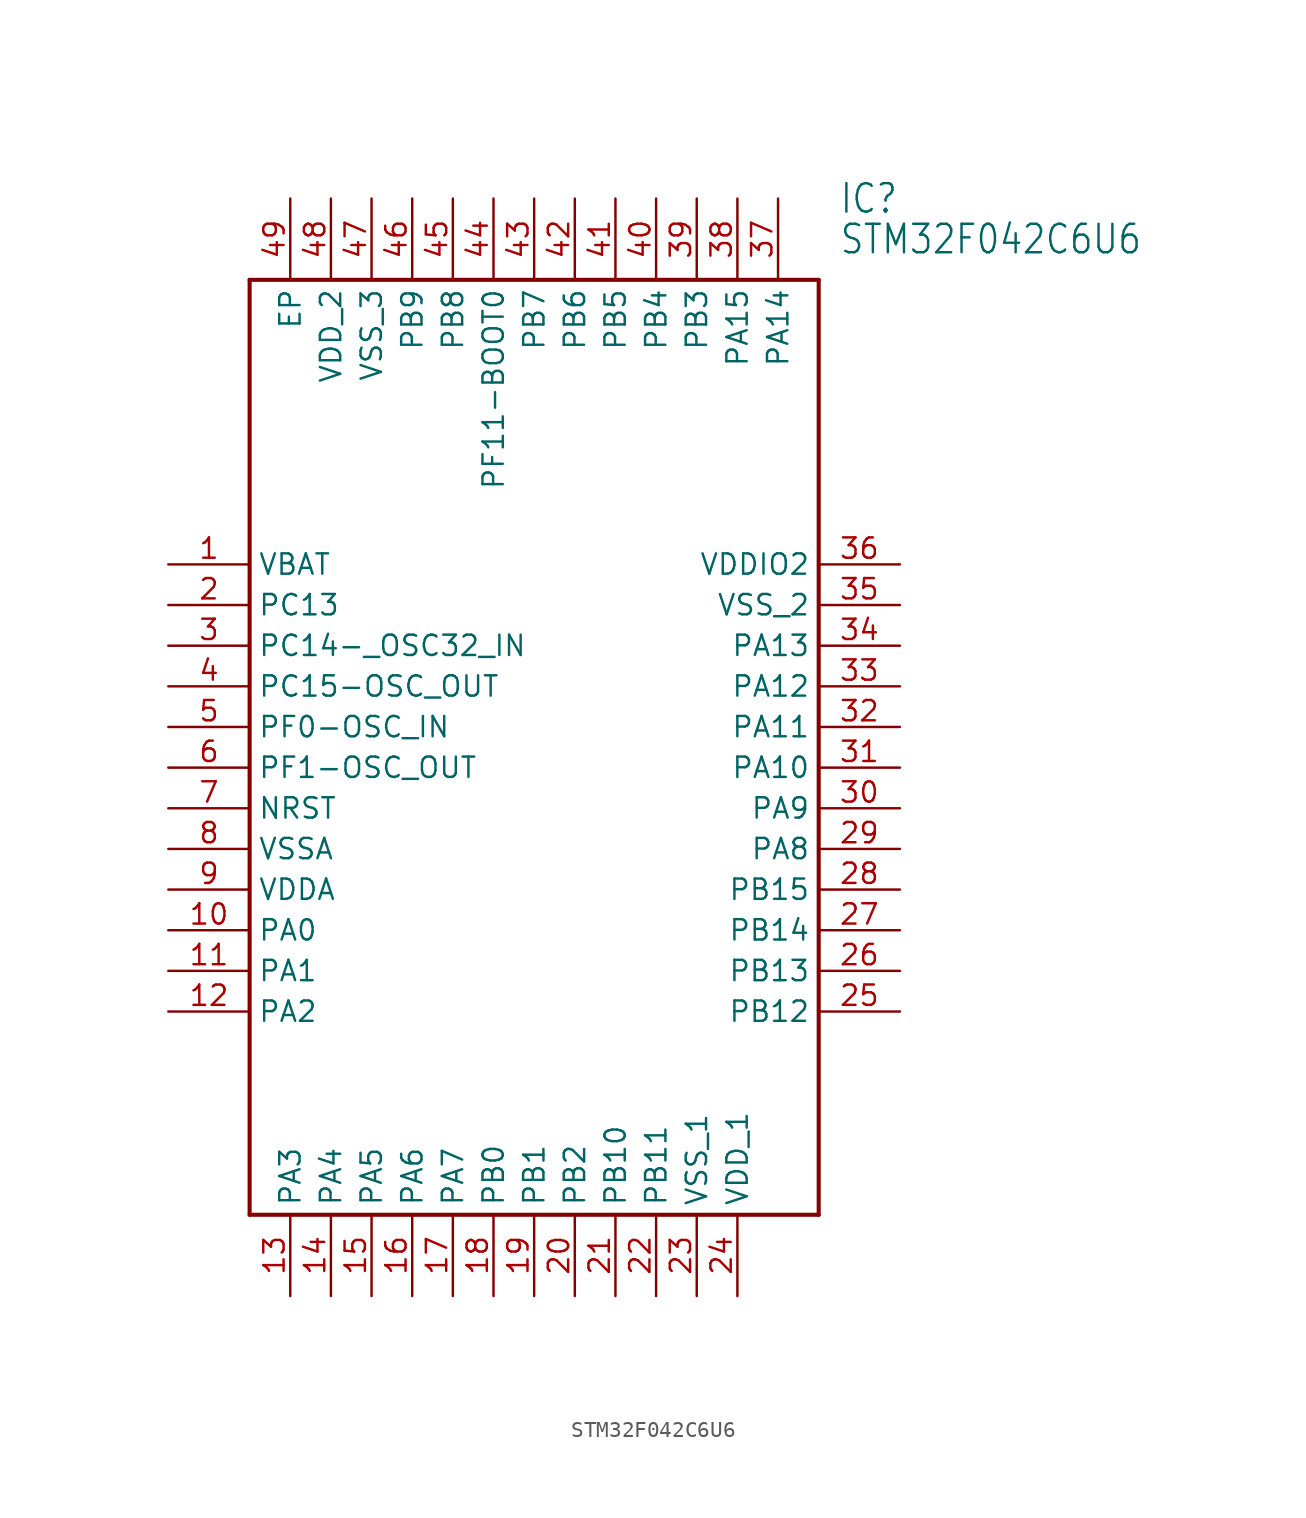
<source format=kicad_sym>
(kicad_symbol_lib
  (version 20211014)
  (generator kicad_symbol_editor)
  (symbol "STM32F042C6U6"
    (property "Reference" "IC"
      (at 41.91 22.86 0)
      (effects (font (size 1.778 1.511)) (justify left)))
    (property "Value" "STM32F042C6U6"
      (at 41.91 20.32 0)
      (effects (font (size 1.778 1.511)) (justify left)))
    (property "ki_locked" ""
      (at 0 0 0)
      (effects (font (size 1.27 1.27))))
    (symbol "STM32F042C6U6_1_0"
      (polyline (pts (xy 5.08 17.78) (xy 5.08 -40.64)) (stroke (width 0.254) (type default) (color 0 0 0 0)) (fill (type none)))
      (polyline (pts (xy 5.08 17.78) (xy 40.64 17.78)) (stroke (width 0.254) (type default) (color 0 0 0 0)) (fill (type none)))
      (polyline (pts (xy 40.64 -40.64) (xy 5.08 -40.64)) (stroke (width 0.254) (type default) (color 0 0 0 0)) (fill (type none)))
      (polyline (pts (xy 40.64 -40.64) (xy 40.64 17.78)) (stroke (width 0.254) (type default) (color 0 0 0 0)) (fill (type none)))
      (pin bidirectional line (at 0 0 0) (length 5.08) (name "VBAT" (effects (font (size 1.27 1.27)))) (number "1" (effects (font (size 1.27 1.27)))))
      (pin bidirectional line (at 0 -22.86 0) (length 5.08) (name "PA0" (effects (font (size 1.27 1.27)))) (number "10" (effects (font (size 1.27 1.27)))))
      (pin bidirectional line (at 0 -25.4 0) (length 5.08) (name "PA1" (effects (font (size 1.27 1.27)))) (number "11" (effects (font (size 1.27 1.27)))))
      (pin bidirectional line (at 0 -27.94 0) (length 5.08) (name "PA2" (effects (font (size 1.27 1.27)))) (number "12" (effects (font (size 1.27 1.27)))))
      (pin bidirectional line (at 7.62 -45.72 90) (length 5.08) (name "PA3" (effects (font (size 1.27 1.27)))) (number "13" (effects (font (size 1.27 1.27)))))
      (pin bidirectional line (at 10.16 -45.72 90) (length 5.08) (name "PA4" (effects (font (size 1.27 1.27)))) (number "14" (effects (font (size 1.27 1.27)))))
      (pin bidirectional line (at 12.7 -45.72 90) (length 5.08) (name "PA5" (effects (font (size 1.27 1.27)))) (number "15" (effects (font (size 1.27 1.27)))))
      (pin bidirectional line (at 15.24 -45.72 90) (length 5.08) (name "PA6" (effects (font (size 1.27 1.27)))) (number "16" (effects (font (size 1.27 1.27)))))
      (pin bidirectional line (at 17.78 -45.72 90) (length 5.08) (name "PA7" (effects (font (size 1.27 1.27)))) (number "17" (effects (font (size 1.27 1.27)))))
      (pin bidirectional line (at 20.32 -45.72 90) (length 5.08) (name "PB0" (effects (font (size 1.27 1.27)))) (number "18" (effects (font (size 1.27 1.27)))))
      (pin bidirectional line (at 22.86 -45.72 90) (length 5.08) (name "PB1" (effects (font (size 1.27 1.27)))) (number "19" (effects (font (size 1.27 1.27)))))
      (pin bidirectional line (at 0 -2.54 0) (length 5.08) (name "PC13" (effects (font (size 1.27 1.27)))) (number "2" (effects (font (size 1.27 1.27)))))
      (pin bidirectional line (at 25.4 -45.72 90) (length 5.08) (name "PB2" (effects (font (size 1.27 1.27)))) (number "20" (effects (font (size 1.27 1.27)))))
      (pin bidirectional line (at 27.94 -45.72 90) (length 5.08) (name "PB10" (effects (font (size 1.27 1.27)))) (number "21" (effects (font (size 1.27 1.27)))))
      (pin bidirectional line (at 30.48 -45.72 90) (length 5.08) (name "PB11" (effects (font (size 1.27 1.27)))) (number "22" (effects (font (size 1.27 1.27)))))
      (pin bidirectional line (at 33.02 -45.72 90) (length 5.08) (name "VSS_1" (effects (font (size 1.27 1.27)))) (number "23" (effects (font (size 1.27 1.27)))))
      (pin bidirectional line (at 35.56 -45.72 90) (length 5.08) (name "VDD_1" (effects (font (size 1.27 1.27)))) (number "24" (effects (font (size 1.27 1.27)))))
      (pin bidirectional line (at 45.72 -27.94 180) (length 5.08) (name "PB12" (effects (font (size 1.27 1.27)))) (number "25" (effects (font (size 1.27 1.27)))))
      (pin bidirectional line (at 45.72 -25.4 180) (length 5.08) (name "PB13" (effects (font (size 1.27 1.27)))) (number "26" (effects (font (size 1.27 1.27)))))
      (pin bidirectional line (at 45.72 -22.86 180) (length 5.08) (name "PB14" (effects (font (size 1.27 1.27)))) (number "27" (effects (font (size 1.27 1.27)))))
      (pin bidirectional line (at 45.72 -20.32 180) (length 5.08) (name "PB15" (effects (font (size 1.27 1.27)))) (number "28" (effects (font (size 1.27 1.27)))))
      (pin bidirectional line (at 45.72 -17.78 180) (length 5.08) (name "PA8" (effects (font (size 1.27 1.27)))) (number "29" (effects (font (size 1.27 1.27)))))
      (pin bidirectional line (at 0 -5.08 0) (length 5.08) (name "PC14-_OSC32_IN" (effects (font (size 1.27 1.27)))) (number "3" (effects (font (size 1.27 1.27)))))
      (pin bidirectional line (at 45.72 -15.24 180) (length 5.08) (name "PA9" (effects (font (size 1.27 1.27)))) (number "30" (effects (font (size 1.27 1.27)))))
      (pin bidirectional line (at 45.72 -12.7 180) (length 5.08) (name "PA10" (effects (font (size 1.27 1.27)))) (number "31" (effects (font (size 1.27 1.27)))))
      (pin bidirectional line (at 45.72 -10.16 180) (length 5.08) (name "PA11" (effects (font (size 1.27 1.27)))) (number "32" (effects (font (size 1.27 1.27)))))
      (pin bidirectional line (at 45.72 -7.62 180) (length 5.08) (name "PA12" (effects (font (size 1.27 1.27)))) (number "33" (effects (font (size 1.27 1.27)))))
      (pin bidirectional line (at 45.72 -5.08 180) (length 5.08) (name "PA13" (effects (font (size 1.27 1.27)))) (number "34" (effects (font (size 1.27 1.27)))))
      (pin bidirectional line (at 45.72 -2.54 180) (length 5.08) (name "VSS_2" (effects (font (size 1.27 1.27)))) (number "35" (effects (font (size 1.27 1.27)))))
      (pin bidirectional line (at 45.72 0 180) (length 5.08) (name "VDDIO2" (effects (font (size 1.27 1.27)))) (number "36" (effects (font (size 1.27 1.27)))))
      (pin bidirectional line (at 38.1 22.86 270) (length 5.08) (name "PA14" (effects (font (size 1.27 1.27)))) (number "37" (effects (font (size 1.27 1.27)))))
      (pin bidirectional line (at 35.56 22.86 270) (length 5.08) (name "PA15" (effects (font (size 1.27 1.27)))) (number "38" (effects (font (size 1.27 1.27)))))
      (pin bidirectional line (at 33.02 22.86 270) (length 5.08) (name "PB3" (effects (font (size 1.27 1.27)))) (number "39" (effects (font (size 1.27 1.27)))))
      (pin bidirectional line (at 0 -7.62 0) (length 5.08) (name "PC15-OSC_OUT" (effects (font (size 1.27 1.27)))) (number "4" (effects (font (size 1.27 1.27)))))
      (pin bidirectional line (at 30.48 22.86 270) (length 5.08) (name "PB4" (effects (font (size 1.27 1.27)))) (number "40" (effects (font (size 1.27 1.27)))))
      (pin bidirectional line (at 27.94 22.86 270) (length 5.08) (name "PB5" (effects (font (size 1.27 1.27)))) (number "41" (effects (font (size 1.27 1.27)))))
      (pin bidirectional line (at 25.4 22.86 270) (length 5.08) (name "PB6" (effects (font (size 1.27 1.27)))) (number "42" (effects (font (size 1.27 1.27)))))
      (pin bidirectional line (at 22.86 22.86 270) (length 5.08) (name "PB7" (effects (font (size 1.27 1.27)))) (number "43" (effects (font (size 1.27 1.27)))))
      (pin bidirectional line (at 20.32 22.86 270) (length 5.08) (name "PF11-BOOT0" (effects (font (size 1.27 1.27)))) (number "44" (effects (font (size 1.27 1.27)))))
      (pin bidirectional line (at 17.78 22.86 270) (length 5.08) (name "PB8" (effects (font (size 1.27 1.27)))) (number "45" (effects (font (size 1.27 1.27)))))
      (pin bidirectional line (at 15.24 22.86 270) (length 5.08) (name "PB9" (effects (font (size 1.27 1.27)))) (number "46" (effects (font (size 1.27 1.27)))))
      (pin bidirectional line (at 12.7 22.86 270) (length 5.08) (name "VSS_3" (effects (font (size 1.27 1.27)))) (number "47" (effects (font (size 1.27 1.27)))))
      (pin bidirectional line (at 10.16 22.86 270) (length 5.08) (name "VDD_2" (effects (font (size 1.27 1.27)))) (number "48" (effects (font (size 1.27 1.27)))))
      (pin bidirectional line (at 7.62 22.86 270) (length 5.08) (name "EP" (effects (font (size 1.27 1.27)))) (number "49" (effects (font (size 1.27 1.27)))))
      (pin bidirectional line (at 0 -10.16 0) (length 5.08) (name "PF0-OSC_IN" (effects (font (size 1.27 1.27)))) (number "5" (effects (font (size 1.27 1.27)))))
      (pin bidirectional line (at 0 -12.7 0) (length 5.08) (name "PF1-OSC_OUT" (effects (font (size 1.27 1.27)))) (number "6" (effects (font (size 1.27 1.27)))))
      (pin bidirectional line (at 0 -15.24 0) (length 5.08) (name "NRST" (effects (font (size 1.27 1.27)))) (number "7" (effects (font (size 1.27 1.27)))))
      (pin bidirectional line (at 0 -17.78 0) (length 5.08) (name "VSSA" (effects (font (size 1.27 1.27)))) (number "8" (effects (font (size 1.27 1.27)))))
      (pin bidirectional line (at 0 -20.32 0) (length 5.08) (name "VDDA" (effects (font (size 1.27 1.27)))) (number "9" (effects (font (size 1.27 1.27))))))))
</source>
